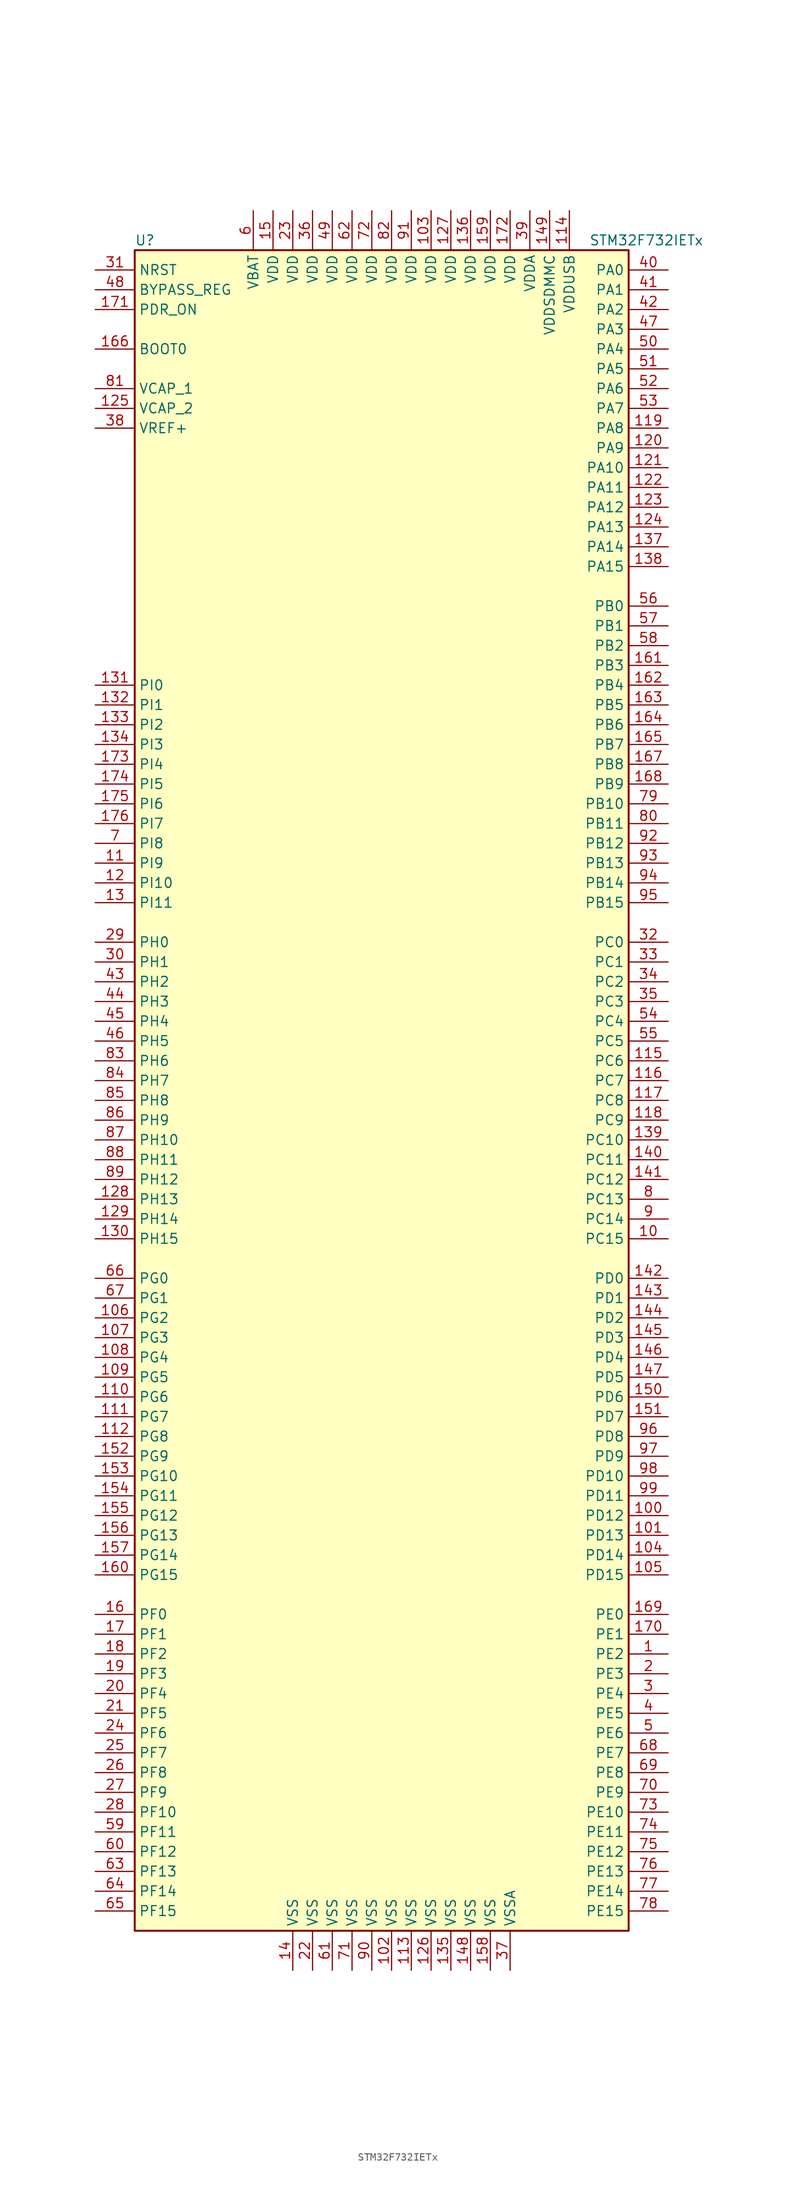
<source format=kicad_sym>
(kicad_symbol_lib
  (version 20220914)
  (generator kicad_symbol_editor)
  (symbol "STM32F732IETx"
    (property "Reference" "U"
      (at -33.02 107.95 0)
      (effects (font (size 1.27 1.27)) (justify left)))
    (property "Value" "STM32F732IETx"
      (at 25.4 107.95 0)
      (effects (font (size 1.27 1.27)) (justify left)))
    (symbol "STM32F732IETx_0_1"
      (rectangle (start -33.02 -109.22) (end 30.48 106.68) (stroke (width 0.254) (type default)) (fill (type background))))
    (symbol "STM32F732IETx_1_1"
      (pin bidirectional line (at 35.56 -73.66 180) (length 5.08) (name "PE2" (effects (font (size 1.27 1.27)))) (number "1" (effects (font (size 1.27 1.27)))))
      (pin bidirectional line (at 35.56 -20.32 180) (length 5.08) (name "PC15" (effects (font (size 1.27 1.27)))) (number "10" (effects (font (size 1.27 1.27)))))
      (pin bidirectional line (at 35.56 -55.88 180) (length 5.08) (name "PD12" (effects (font (size 1.27 1.27)))) (number "100" (effects (font (size 1.27 1.27)))))
      (pin bidirectional line (at 35.56 -58.42 180) (length 5.08) (name "PD13" (effects (font (size 1.27 1.27)))) (number "101" (effects (font (size 1.27 1.27)))))
      (pin power_in line (at 0 -114.3 90) (length 5.08) (name "VSS" (effects (font (size 1.27 1.27)))) (number "102" (effects (font (size 1.27 1.27)))))
      (pin power_in line (at 5.08 111.76 270) (length 5.08) (name "VDD" (effects (font (size 1.27 1.27)))) (number "103" (effects (font (size 1.27 1.27)))))
      (pin bidirectional line (at 35.56 -60.96 180) (length 5.08) (name "PD14" (effects (font (size 1.27 1.27)))) (number "104" (effects (font (size 1.27 1.27)))))
      (pin bidirectional line (at 35.56 -63.5 180) (length 5.08) (name "PD15" (effects (font (size 1.27 1.27)))) (number "105" (effects (font (size 1.27 1.27)))))
      (pin bidirectional line (at -38.1 -30.48 0) (length 5.08) (name "PG2" (effects (font (size 1.27 1.27)))) (number "106" (effects (font (size 1.27 1.27)))))
      (pin bidirectional line (at -38.1 -33.02 0) (length 5.08) (name "PG3" (effects (font (size 1.27 1.27)))) (number "107" (effects (font (size 1.27 1.27)))))
      (pin bidirectional line (at -38.1 -35.56 0) (length 5.08) (name "PG4" (effects (font (size 1.27 1.27)))) (number "108" (effects (font (size 1.27 1.27)))))
      (pin bidirectional line (at -38.1 -38.1 0) (length 5.08) (name "PG5" (effects (font (size 1.27 1.27)))) (number "109" (effects (font (size 1.27 1.27)))))
      (pin bidirectional line (at -38.1 27.94 0) (length 5.08) (name "PI9" (effects (font (size 1.27 1.27)))) (number "11" (effects (font (size 1.27 1.27)))))
      (pin bidirectional line (at -38.1 -40.64 0) (length 5.08) (name "PG6" (effects (font (size 1.27 1.27)))) (number "110" (effects (font (size 1.27 1.27)))))
      (pin bidirectional line (at -38.1 -43.18 0) (length 5.08) (name "PG7" (effects (font (size 1.27 1.27)))) (number "111" (effects (font (size 1.27 1.27)))))
      (pin bidirectional line (at -38.1 -45.72 0) (length 5.08) (name "PG8" (effects (font (size 1.27 1.27)))) (number "112" (effects (font (size 1.27 1.27)))))
      (pin power_in line (at 2.54 -114.3 90) (length 5.08) (name "VSS" (effects (font (size 1.27 1.27)))) (number "113" (effects (font (size 1.27 1.27)))))
      (pin power_in line (at 22.86 111.76 270) (length 5.08) (name "VDDUSB" (effects (font (size 1.27 1.27)))) (number "114" (effects (font (size 1.27 1.27)))))
      (pin bidirectional line (at 35.56 2.54 180) (length 5.08) (name "PC6" (effects (font (size 1.27 1.27)))) (number "115" (effects (font (size 1.27 1.27)))))
      (pin bidirectional line (at 35.56 0 180) (length 5.08) (name "PC7" (effects (font (size 1.27 1.27)))) (number "116" (effects (font (size 1.27 1.27)))))
      (pin bidirectional line (at 35.56 -2.54 180) (length 5.08) (name "PC8" (effects (font (size 1.27 1.27)))) (number "117" (effects (font (size 1.27 1.27)))))
      (pin bidirectional line (at 35.56 -5.08 180) (length 5.08) (name "PC9" (effects (font (size 1.27 1.27)))) (number "118" (effects (font (size 1.27 1.27)))))
      (pin bidirectional line (at 35.56 83.82 180) (length 5.08) (name "PA8" (effects (font (size 1.27 1.27)))) (number "119" (effects (font (size 1.27 1.27)))))
      (pin bidirectional line (at -38.1 25.4 0) (length 5.08) (name "PI10" (effects (font (size 1.27 1.27)))) (number "12" (effects (font (size 1.27 1.27)))))
      (pin bidirectional line (at 35.56 81.28 180) (length 5.08) (name "PA9" (effects (font (size 1.27 1.27)))) (number "120" (effects (font (size 1.27 1.27)))))
      (pin bidirectional line (at 35.56 78.74 180) (length 5.08) (name "PA10" (effects (font (size 1.27 1.27)))) (number "121" (effects (font (size 1.27 1.27)))))
      (pin bidirectional line (at 35.56 76.2 180) (length 5.08) (name "PA11" (effects (font (size 1.27 1.27)))) (number "122" (effects (font (size 1.27 1.27)))))
      (pin bidirectional line (at 35.56 73.66 180) (length 5.08) (name "PA12" (effects (font (size 1.27 1.27)))) (number "123" (effects (font (size 1.27 1.27)))))
      (pin bidirectional line (at 35.56 71.12 180) (length 5.08) (name "PA13" (effects (font (size 1.27 1.27)))) (number "124" (effects (font (size 1.27 1.27)))))
      (pin power_in line (at -38.1 86.36 0) (length 5.08) (name "VCAP_2" (effects (font (size 1.27 1.27)))) (number "125" (effects (font (size 1.27 1.27)))))
      (pin power_in line (at 5.08 -114.3 90) (length 5.08) (name "VSS" (effects (font (size 1.27 1.27)))) (number "126" (effects (font (size 1.27 1.27)))))
      (pin power_in line (at 7.62 111.76 270) (length 5.08) (name "VDD" (effects (font (size 1.27 1.27)))) (number "127" (effects (font (size 1.27 1.27)))))
      (pin bidirectional line (at -38.1 -15.24 0) (length 5.08) (name "PH13" (effects (font (size 1.27 1.27)))) (number "128" (effects (font (size 1.27 1.27)))))
      (pin bidirectional line (at -38.1 -17.78 0) (length 5.08) (name "PH14" (effects (font (size 1.27 1.27)))) (number "129" (effects (font (size 1.27 1.27)))))
      (pin bidirectional line (at -38.1 22.86 0) (length 5.08) (name "PI11" (effects (font (size 1.27 1.27)))) (number "13" (effects (font (size 1.27 1.27)))))
      (pin bidirectional line (at -38.1 -20.32 0) (length 5.08) (name "PH15" (effects (font (size 1.27 1.27)))) (number "130" (effects (font (size 1.27 1.27)))))
      (pin bidirectional line (at -38.1 50.8 0) (length 5.08) (name "PI0" (effects (font (size 1.27 1.27)))) (number "131" (effects (font (size 1.27 1.27)))))
      (pin bidirectional line (at -38.1 48.26 0) (length 5.08) (name "PI1" (effects (font (size 1.27 1.27)))) (number "132" (effects (font (size 1.27 1.27)))))
      (pin bidirectional line (at -38.1 45.72 0) (length 5.08) (name "PI2" (effects (font (size 1.27 1.27)))) (number "133" (effects (font (size 1.27 1.27)))))
      (pin bidirectional line (at -38.1 43.18 0) (length 5.08) (name "PI3" (effects (font (size 1.27 1.27)))) (number "134" (effects (font (size 1.27 1.27)))))
      (pin power_in line (at 7.62 -114.3 90) (length 5.08) (name "VSS" (effects (font (size 1.27 1.27)))) (number "135" (effects (font (size 1.27 1.27)))))
      (pin power_in line (at 10.16 111.76 270) (length 5.08) (name "VDD" (effects (font (size 1.27 1.27)))) (number "136" (effects (font (size 1.27 1.27)))))
      (pin bidirectional line (at 35.56 68.58 180) (length 5.08) (name "PA14" (effects (font (size 1.27 1.27)))) (number "137" (effects (font (size 1.27 1.27)))))
      (pin bidirectional line (at 35.56 66.04 180) (length 5.08) (name "PA15" (effects (font (size 1.27 1.27)))) (number "138" (effects (font (size 1.27 1.27)))))
      (pin bidirectional line (at 35.56 -7.62 180) (length 5.08) (name "PC10" (effects (font (size 1.27 1.27)))) (number "139" (effects (font (size 1.27 1.27)))))
      (pin power_in line (at -12.7 -114.3 90) (length 5.08) (name "VSS" (effects (font (size 1.27 1.27)))) (number "14" (effects (font (size 1.27 1.27)))))
      (pin bidirectional line (at 35.56 -10.16 180) (length 5.08) (name "PC11" (effects (font (size 1.27 1.27)))) (number "140" (effects (font (size 1.27 1.27)))))
      (pin bidirectional line (at 35.56 -12.7 180) (length 5.08) (name "PC12" (effects (font (size 1.27 1.27)))) (number "141" (effects (font (size 1.27 1.27)))))
      (pin bidirectional line (at 35.56 -25.4 180) (length 5.08) (name "PD0" (effects (font (size 1.27 1.27)))) (number "142" (effects (font (size 1.27 1.27)))))
      (pin bidirectional line (at 35.56 -27.94 180) (length 5.08) (name "PD1" (effects (font (size 1.27 1.27)))) (number "143" (effects (font (size 1.27 1.27)))))
      (pin bidirectional line (at 35.56 -30.48 180) (length 5.08) (name "PD2" (effects (font (size 1.27 1.27)))) (number "144" (effects (font (size 1.27 1.27)))))
      (pin bidirectional line (at 35.56 -33.02 180) (length 5.08) (name "PD3" (effects (font (size 1.27 1.27)))) (number "145" (effects (font (size 1.27 1.27)))))
      (pin bidirectional line (at 35.56 -35.56 180) (length 5.08) (name "PD4" (effects (font (size 1.27 1.27)))) (number "146" (effects (font (size 1.27 1.27)))))
      (pin bidirectional line (at 35.56 -38.1 180) (length 5.08) (name "PD5" (effects (font (size 1.27 1.27)))) (number "147" (effects (font (size 1.27 1.27)))))
      (pin power_in line (at 10.16 -114.3 90) (length 5.08) (name "VSS" (effects (font (size 1.27 1.27)))) (number "148" (effects (font (size 1.27 1.27)))))
      (pin power_in line (at 20.32 111.76 270) (length 5.08) (name "VDDSDMMC" (effects (font (size 1.27 1.27)))) (number "149" (effects (font (size 1.27 1.27)))))
      (pin power_in line (at -15.24 111.76 270) (length 5.08) (name "VDD" (effects (font (size 1.27 1.27)))) (number "15" (effects (font (size 1.27 1.27)))))
      (pin bidirectional line (at 35.56 -40.64 180) (length 5.08) (name "PD6" (effects (font (size 1.27 1.27)))) (number "150" (effects (font (size 1.27 1.27)))))
      (pin bidirectional line (at 35.56 -43.18 180) (length 5.08) (name "PD7" (effects (font (size 1.27 1.27)))) (number "151" (effects (font (size 1.27 1.27)))))
      (pin bidirectional line (at -38.1 -48.26 0) (length 5.08) (name "PG9" (effects (font (size 1.27 1.27)))) (number "152" (effects (font (size 1.27 1.27)))))
      (pin bidirectional line (at -38.1 -50.8 0) (length 5.08) (name "PG10" (effects (font (size 1.27 1.27)))) (number "153" (effects (font (size 1.27 1.27)))))
      (pin bidirectional line (at -38.1 -53.34 0) (length 5.08) (name "PG11" (effects (font (size 1.27 1.27)))) (number "154" (effects (font (size 1.27 1.27)))))
      (pin bidirectional line (at -38.1 -55.88 0) (length 5.08) (name "PG12" (effects (font (size 1.27 1.27)))) (number "155" (effects (font (size 1.27 1.27)))))
      (pin bidirectional line (at -38.1 -58.42 0) (length 5.08) (name "PG13" (effects (font (size 1.27 1.27)))) (number "156" (effects (font (size 1.27 1.27)))))
      (pin bidirectional line (at -38.1 -60.96 0) (length 5.08) (name "PG14" (effects (font (size 1.27 1.27)))) (number "157" (effects (font (size 1.27 1.27)))))
      (pin power_in line (at 12.7 -114.3 90) (length 5.08) (name "VSS" (effects (font (size 1.27 1.27)))) (number "158" (effects (font (size 1.27 1.27)))))
      (pin power_in line (at 12.7 111.76 270) (length 5.08) (name "VDD" (effects (font (size 1.27 1.27)))) (number "159" (effects (font (size 1.27 1.27)))))
      (pin bidirectional line (at -38.1 -68.58 0) (length 5.08) (name "PF0" (effects (font (size 1.27 1.27)))) (number "16" (effects (font (size 1.27 1.27)))))
      (pin bidirectional line (at -38.1 -63.5 0) (length 5.08) (name "PG15" (effects (font (size 1.27 1.27)))) (number "160" (effects (font (size 1.27 1.27)))))
      (pin bidirectional line (at 35.56 53.34 180) (length 5.08) (name "PB3" (effects (font (size 1.27 1.27)))) (number "161" (effects (font (size 1.27 1.27)))))
      (pin bidirectional line (at 35.56 50.8 180) (length 5.08) (name "PB4" (effects (font (size 1.27 1.27)))) (number "162" (effects (font (size 1.27 1.27)))))
      (pin bidirectional line (at 35.56 48.26 180) (length 5.08) (name "PB5" (effects (font (size 1.27 1.27)))) (number "163" (effects (font (size 1.27 1.27)))))
      (pin bidirectional line (at 35.56 45.72 180) (length 5.08) (name "PB6" (effects (font (size 1.27 1.27)))) (number "164" (effects (font (size 1.27 1.27)))))
      (pin bidirectional line (at 35.56 43.18 180) (length 5.08) (name "PB7" (effects (font (size 1.27 1.27)))) (number "165" (effects (font (size 1.27 1.27)))))
      (pin input line (at -38.1 93.98 0) (length 5.08) (name "BOOT0" (effects (font (size 1.27 1.27)))) (number "166" (effects (font (size 1.27 1.27)))))
      (pin bidirectional line (at 35.56 40.64 180) (length 5.08) (name "PB8" (effects (font (size 1.27 1.27)))) (number "167" (effects (font (size 1.27 1.27)))))
      (pin bidirectional line (at 35.56 38.1 180) (length 5.08) (name "PB9" (effects (font (size 1.27 1.27)))) (number "168" (effects (font (size 1.27 1.27)))))
      (pin bidirectional line (at 35.56 -68.58 180) (length 5.08) (name "PE0" (effects (font (size 1.27 1.27)))) (number "169" (effects (font (size 1.27 1.27)))))
      (pin bidirectional line (at -38.1 -71.12 0) (length 5.08) (name "PF1" (effects (font (size 1.27 1.27)))) (number "17" (effects (font (size 1.27 1.27)))))
      (pin bidirectional line (at 35.56 -71.12 180) (length 5.08) (name "PE1" (effects (font (size 1.27 1.27)))) (number "170" (effects (font (size 1.27 1.27)))))
      (pin input line (at -38.1 99.06 0) (length 5.08) (name "PDR_ON" (effects (font (size 1.27 1.27)))) (number "171" (effects (font (size 1.27 1.27)))))
      (pin power_in line (at 15.24 111.76 270) (length 5.08) (name "VDD" (effects (font (size 1.27 1.27)))) (number "172" (effects (font (size 1.27 1.27)))))
      (pin bidirectional line (at -38.1 40.64 0) (length 5.08) (name "PI4" (effects (font (size 1.27 1.27)))) (number "173" (effects (font (size 1.27 1.27)))))
      (pin bidirectional line (at -38.1 38.1 0) (length 5.08) (name "PI5" (effects (font (size 1.27 1.27)))) (number "174" (effects (font (size 1.27 1.27)))))
      (pin bidirectional line (at -38.1 35.56 0) (length 5.08) (name "PI6" (effects (font (size 1.27 1.27)))) (number "175" (effects (font (size 1.27 1.27)))))
      (pin bidirectional line (at -38.1 33.02 0) (length 5.08) (name "PI7" (effects (font (size 1.27 1.27)))) (number "176" (effects (font (size 1.27 1.27)))))
      (pin bidirectional line (at -38.1 -73.66 0) (length 5.08) (name "PF2" (effects (font (size 1.27 1.27)))) (number "18" (effects (font (size 1.27 1.27)))))
      (pin bidirectional line (at -38.1 -76.2 0) (length 5.08) (name "PF3" (effects (font (size 1.27 1.27)))) (number "19" (effects (font (size 1.27 1.27)))))
      (pin bidirectional line (at 35.56 -76.2 180) (length 5.08) (name "PE3" (effects (font (size 1.27 1.27)))) (number "2" (effects (font (size 1.27 1.27)))))
      (pin bidirectional line (at -38.1 -78.74 0) (length 5.08) (name "PF4" (effects (font (size 1.27 1.27)))) (number "20" (effects (font (size 1.27 1.27)))))
      (pin bidirectional line (at -38.1 -81.28 0) (length 5.08) (name "PF5" (effects (font (size 1.27 1.27)))) (number "21" (effects (font (size 1.27 1.27)))))
      (pin power_in line (at -10.16 -114.3 90) (length 5.08) (name "VSS" (effects (font (size 1.27 1.27)))) (number "22" (effects (font (size 1.27 1.27)))))
      (pin power_in line (at -12.7 111.76 270) (length 5.08) (name "VDD" (effects (font (size 1.27 1.27)))) (number "23" (effects (font (size 1.27 1.27)))))
      (pin bidirectional line (at -38.1 -83.82 0) (length 5.08) (name "PF6" (effects (font (size 1.27 1.27)))) (number "24" (effects (font (size 1.27 1.27)))))
      (pin bidirectional line (at -38.1 -86.36 0) (length 5.08) (name "PF7" (effects (font (size 1.27 1.27)))) (number "25" (effects (font (size 1.27 1.27)))))
      (pin bidirectional line (at -38.1 -88.9 0) (length 5.08) (name "PF8" (effects (font (size 1.27 1.27)))) (number "26" (effects (font (size 1.27 1.27)))))
      (pin bidirectional line (at -38.1 -91.44 0) (length 5.08) (name "PF9" (effects (font (size 1.27 1.27)))) (number "27" (effects (font (size 1.27 1.27)))))
      (pin bidirectional line (at -38.1 -93.98 0) (length 5.08) (name "PF10" (effects (font (size 1.27 1.27)))) (number "28" (effects (font (size 1.27 1.27)))))
      (pin input line (at -38.1 17.78 0) (length 5.08) (name "PH0" (effects (font (size 1.27 1.27)))) (number "29" (effects (font (size 1.27 1.27)))))
      (pin bidirectional line (at 35.56 -78.74 180) (length 5.08) (name "PE4" (effects (font (size 1.27 1.27)))) (number "3" (effects (font (size 1.27 1.27)))))
      (pin input line (at -38.1 15.24 0) (length 5.08) (name "PH1" (effects (font (size 1.27 1.27)))) (number "30" (effects (font (size 1.27 1.27)))))
      (pin input line (at -38.1 104.14 0) (length 5.08) (name "NRST" (effects (font (size 1.27 1.27)))) (number "31" (effects (font (size 1.27 1.27)))))
      (pin bidirectional line (at 35.56 17.78 180) (length 5.08) (name "PC0" (effects (font (size 1.27 1.27)))) (number "32" (effects (font (size 1.27 1.27)))))
      (pin bidirectional line (at 35.56 15.24 180) (length 5.08) (name "PC1" (effects (font (size 1.27 1.27)))) (number "33" (effects (font (size 1.27 1.27)))))
      (pin bidirectional line (at 35.56 12.7 180) (length 5.08) (name "PC2" (effects (font (size 1.27 1.27)))) (number "34" (effects (font (size 1.27 1.27)))))
      (pin bidirectional line (at 35.56 10.16 180) (length 5.08) (name "PC3" (effects (font (size 1.27 1.27)))) (number "35" (effects (font (size 1.27 1.27)))))
      (pin power_in line (at -10.16 111.76 270) (length 5.08) (name "VDD" (effects (font (size 1.27 1.27)))) (number "36" (effects (font (size 1.27 1.27)))))
      (pin power_in line (at 15.24 -114.3 90) (length 5.08) (name "VSSA" (effects (font (size 1.27 1.27)))) (number "37" (effects (font (size 1.27 1.27)))))
      (pin power_in line (at -38.1 83.82 0) (length 5.08) (name "VREF+" (effects (font (size 1.27 1.27)))) (number "38" (effects (font (size 1.27 1.27)))))
      (pin power_in line (at 17.78 111.76 270) (length 5.08) (name "VDDA" (effects (font (size 1.27 1.27)))) (number "39" (effects (font (size 1.27 1.27)))))
      (pin bidirectional line (at 35.56 -81.28 180) (length 5.08) (name "PE5" (effects (font (size 1.27 1.27)))) (number "4" (effects (font (size 1.27 1.27)))))
      (pin bidirectional line (at 35.56 104.14 180) (length 5.08) (name "PA0" (effects (font (size 1.27 1.27)))) (number "40" (effects (font (size 1.27 1.27)))))
      (pin bidirectional line (at 35.56 101.6 180) (length 5.08) (name "PA1" (effects (font (size 1.27 1.27)))) (number "41" (effects (font (size 1.27 1.27)))))
      (pin bidirectional line (at 35.56 99.06 180) (length 5.08) (name "PA2" (effects (font (size 1.27 1.27)))) (number "42" (effects (font (size 1.27 1.27)))))
      (pin bidirectional line (at -38.1 12.7 0) (length 5.08) (name "PH2" (effects (font (size 1.27 1.27)))) (number "43" (effects (font (size 1.27 1.27)))))
      (pin bidirectional line (at -38.1 10.16 0) (length 5.08) (name "PH3" (effects (font (size 1.27 1.27)))) (number "44" (effects (font (size 1.27 1.27)))))
      (pin bidirectional line (at -38.1 7.62 0) (length 5.08) (name "PH4" (effects (font (size 1.27 1.27)))) (number "45" (effects (font (size 1.27 1.27)))))
      (pin bidirectional line (at -38.1 5.08 0) (length 5.08) (name "PH5" (effects (font (size 1.27 1.27)))) (number "46" (effects (font (size 1.27 1.27)))))
      (pin bidirectional line (at 35.56 96.52 180) (length 5.08) (name "PA3" (effects (font (size 1.27 1.27)))) (number "47" (effects (font (size 1.27 1.27)))))
      (pin input line (at -38.1 101.6 0) (length 5.08) (name "BYPASS_REG" (effects (font (size 1.27 1.27)))) (number "48" (effects (font (size 1.27 1.27)))))
      (pin power_in line (at -7.62 111.76 270) (length 5.08) (name "VDD" (effects (font (size 1.27 1.27)))) (number "49" (effects (font (size 1.27 1.27)))))
      (pin bidirectional line (at 35.56 -83.82 180) (length 5.08) (name "PE6" (effects (font (size 1.27 1.27)))) (number "5" (effects (font (size 1.27 1.27)))))
      (pin bidirectional line (at 35.56 93.98 180) (length 5.08) (name "PA4" (effects (font (size 1.27 1.27)))) (number "50" (effects (font (size 1.27 1.27)))))
      (pin bidirectional line (at 35.56 91.44 180) (length 5.08) (name "PA5" (effects (font (size 1.27 1.27)))) (number "51" (effects (font (size 1.27 1.27)))))
      (pin bidirectional line (at 35.56 88.9 180) (length 5.08) (name "PA6" (effects (font (size 1.27 1.27)))) (number "52" (effects (font (size 1.27 1.27)))))
      (pin bidirectional line (at 35.56 86.36 180) (length 5.08) (name "PA7" (effects (font (size 1.27 1.27)))) (number "53" (effects (font (size 1.27 1.27)))))
      (pin bidirectional line (at 35.56 7.62 180) (length 5.08) (name "PC4" (effects (font (size 1.27 1.27)))) (number "54" (effects (font (size 1.27 1.27)))))
      (pin bidirectional line (at 35.56 5.08 180) (length 5.08) (name "PC5" (effects (font (size 1.27 1.27)))) (number "55" (effects (font (size 1.27 1.27)))))
      (pin bidirectional line (at 35.56 60.96 180) (length 5.08) (name "PB0" (effects (font (size 1.27 1.27)))) (number "56" (effects (font (size 1.27 1.27)))))
      (pin bidirectional line (at 35.56 58.42 180) (length 5.08) (name "PB1" (effects (font (size 1.27 1.27)))) (number "57" (effects (font (size 1.27 1.27)))))
      (pin bidirectional line (at 35.56 55.88 180) (length 5.08) (name "PB2" (effects (font (size 1.27 1.27)))) (number "58" (effects (font (size 1.27 1.27)))))
      (pin bidirectional line (at -38.1 -96.52 0) (length 5.08) (name "PF11" (effects (font (size 1.27 1.27)))) (number "59" (effects (font (size 1.27 1.27)))))
      (pin power_in line (at -17.78 111.76 270) (length 5.08) (name "VBAT" (effects (font (size 1.27 1.27)))) (number "6" (effects (font (size 1.27 1.27)))))
      (pin bidirectional line (at -38.1 -99.06 0) (length 5.08) (name "PF12" (effects (font (size 1.27 1.27)))) (number "60" (effects (font (size 1.27 1.27)))))
      (pin power_in line (at -7.62 -114.3 90) (length 5.08) (name "VSS" (effects (font (size 1.27 1.27)))) (number "61" (effects (font (size 1.27 1.27)))))
      (pin power_in line (at -5.08 111.76 270) (length 5.08) (name "VDD" (effects (font (size 1.27 1.27)))) (number "62" (effects (font (size 1.27 1.27)))))
      (pin bidirectional line (at -38.1 -101.6 0) (length 5.08) (name "PF13" (effects (font (size 1.27 1.27)))) (number "63" (effects (font (size 1.27 1.27)))))
      (pin bidirectional line (at -38.1 -104.14 0) (length 5.08) (name "PF14" (effects (font (size 1.27 1.27)))) (number "64" (effects (font (size 1.27 1.27)))))
      (pin bidirectional line (at -38.1 -106.68 0) (length 5.08) (name "PF15" (effects (font (size 1.27 1.27)))) (number "65" (effects (font (size 1.27 1.27)))))
      (pin bidirectional line (at -38.1 -25.4 0) (length 5.08) (name "PG0" (effects (font (size 1.27 1.27)))) (number "66" (effects (font (size 1.27 1.27)))))
      (pin bidirectional line (at -38.1 -27.94 0) (length 5.08) (name "PG1" (effects (font (size 1.27 1.27)))) (number "67" (effects (font (size 1.27 1.27)))))
      (pin bidirectional line (at 35.56 -86.36 180) (length 5.08) (name "PE7" (effects (font (size 1.27 1.27)))) (number "68" (effects (font (size 1.27 1.27)))))
      (pin bidirectional line (at 35.56 -88.9 180) (length 5.08) (name "PE8" (effects (font (size 1.27 1.27)))) (number "69" (effects (font (size 1.27 1.27)))))
      (pin bidirectional line (at -38.1 30.48 0) (length 5.08) (name "PI8" (effects (font (size 1.27 1.27)))) (number "7" (effects (font (size 1.27 1.27)))))
      (pin bidirectional line (at 35.56 -91.44 180) (length 5.08) (name "PE9" (effects (font (size 1.27 1.27)))) (number "70" (effects (font (size 1.27 1.27)))))
      (pin power_in line (at -5.08 -114.3 90) (length 5.08) (name "VSS" (effects (font (size 1.27 1.27)))) (number "71" (effects (font (size 1.27 1.27)))))
      (pin power_in line (at -2.54 111.76 270) (length 5.08) (name "VDD" (effects (font (size 1.27 1.27)))) (number "72" (effects (font (size 1.27 1.27)))))
      (pin bidirectional line (at 35.56 -93.98 180) (length 5.08) (name "PE10" (effects (font (size 1.27 1.27)))) (number "73" (effects (font (size 1.27 1.27)))))
      (pin bidirectional line (at 35.56 -96.52 180) (length 5.08) (name "PE11" (effects (font (size 1.27 1.27)))) (number "74" (effects (font (size 1.27 1.27)))))
      (pin bidirectional line (at 35.56 -99.06 180) (length 5.08) (name "PE12" (effects (font (size 1.27 1.27)))) (number "75" (effects (font (size 1.27 1.27)))))
      (pin bidirectional line (at 35.56 -101.6 180) (length 5.08) (name "PE13" (effects (font (size 1.27 1.27)))) (number "76" (effects (font (size 1.27 1.27)))))
      (pin bidirectional line (at 35.56 -104.14 180) (length 5.08) (name "PE14" (effects (font (size 1.27 1.27)))) (number "77" (effects (font (size 1.27 1.27)))))
      (pin bidirectional line (at 35.56 -106.68 180) (length 5.08) (name "PE15" (effects (font (size 1.27 1.27)))) (number "78" (effects (font (size 1.27 1.27)))))
      (pin bidirectional line (at 35.56 35.56 180) (length 5.08) (name "PB10" (effects (font (size 1.27 1.27)))) (number "79" (effects (font (size 1.27 1.27)))))
      (pin bidirectional line (at 35.56 -15.24 180) (length 5.08) (name "PC13" (effects (font (size 1.27 1.27)))) (number "8" (effects (font (size 1.27 1.27)))))
      (pin bidirectional line (at 35.56 33.02 180) (length 5.08) (name "PB11" (effects (font (size 1.27 1.27)))) (number "80" (effects (font (size 1.27 1.27)))))
      (pin power_in line (at -38.1 88.9 0) (length 5.08) (name "VCAP_1" (effects (font (size 1.27 1.27)))) (number "81" (effects (font (size 1.27 1.27)))))
      (pin power_in line (at 0 111.76 270) (length 5.08) (name "VDD" (effects (font (size 1.27 1.27)))) (number "82" (effects (font (size 1.27 1.27)))))
      (pin bidirectional line (at -38.1 2.54 0) (length 5.08) (name "PH6" (effects (font (size 1.27 1.27)))) (number "83" (effects (font (size 1.27 1.27)))))
      (pin bidirectional line (at -38.1 0 0) (length 5.08) (name "PH7" (effects (font (size 1.27 1.27)))) (number "84" (effects (font (size 1.27 1.27)))))
      (pin bidirectional line (at -38.1 -2.54 0) (length 5.08) (name "PH8" (effects (font (size 1.27 1.27)))) (number "85" (effects (font (size 1.27 1.27)))))
      (pin bidirectional line (at -38.1 -5.08 0) (length 5.08) (name "PH9" (effects (font (size 1.27 1.27)))) (number "86" (effects (font (size 1.27 1.27)))))
      (pin bidirectional line (at -38.1 -7.62 0) (length 5.08) (name "PH10" (effects (font (size 1.27 1.27)))) (number "87" (effects (font (size 1.27 1.27)))))
      (pin bidirectional line (at -38.1 -10.16 0) (length 5.08) (name "PH11" (effects (font (size 1.27 1.27)))) (number "88" (effects (font (size 1.27 1.27)))))
      (pin bidirectional line (at -38.1 -12.7 0) (length 5.08) (name "PH12" (effects (font (size 1.27 1.27)))) (number "89" (effects (font (size 1.27 1.27)))))
      (pin bidirectional line (at 35.56 -17.78 180) (length 5.08) (name "PC14" (effects (font (size 1.27 1.27)))) (number "9" (effects (font (size 1.27 1.27)))))
      (pin power_in line (at -2.54 -114.3 90) (length 5.08) (name "VSS" (effects (font (size 1.27 1.27)))) (number "90" (effects (font (size 1.27 1.27)))))
      (pin power_in line (at 2.54 111.76 270) (length 5.08) (name "VDD" (effects (font (size 1.27 1.27)))) (number "91" (effects (font (size 1.27 1.27)))))
      (pin bidirectional line (at 35.56 30.48 180) (length 5.08) (name "PB12" (effects (font (size 1.27 1.27)))) (number "92" (effects (font (size 1.27 1.27)))))
      (pin bidirectional line (at 35.56 27.94 180) (length 5.08) (name "PB13" (effects (font (size 1.27 1.27)))) (number "93" (effects (font (size 1.27 1.27)))))
      (pin bidirectional line (at 35.56 25.4 180) (length 5.08) (name "PB14" (effects (font (size 1.27 1.27)))) (number "94" (effects (font (size 1.27 1.27)))))
      (pin bidirectional line (at 35.56 22.86 180) (length 5.08) (name "PB15" (effects (font (size 1.27 1.27)))) (number "95" (effects (font (size 1.27 1.27)))))
      (pin bidirectional line (at 35.56 -45.72 180) (length 5.08) (name "PD8" (effects (font (size 1.27 1.27)))) (number "96" (effects (font (size 1.27 1.27)))))
      (pin bidirectional line (at 35.56 -48.26 180) (length 5.08) (name "PD9" (effects (font (size 1.27 1.27)))) (number "97" (effects (font (size 1.27 1.27)))))
      (pin bidirectional line (at 35.56 -50.8 180) (length 5.08) (name "PD10" (effects (font (size 1.27 1.27)))) (number "98" (effects (font (size 1.27 1.27)))))
      (pin bidirectional line (at 35.56 -53.34 180) (length 5.08) (name "PD11" (effects (font (size 1.27 1.27)))) (number "99" (effects (font (size 1.27 1.27))))))))
</source>
